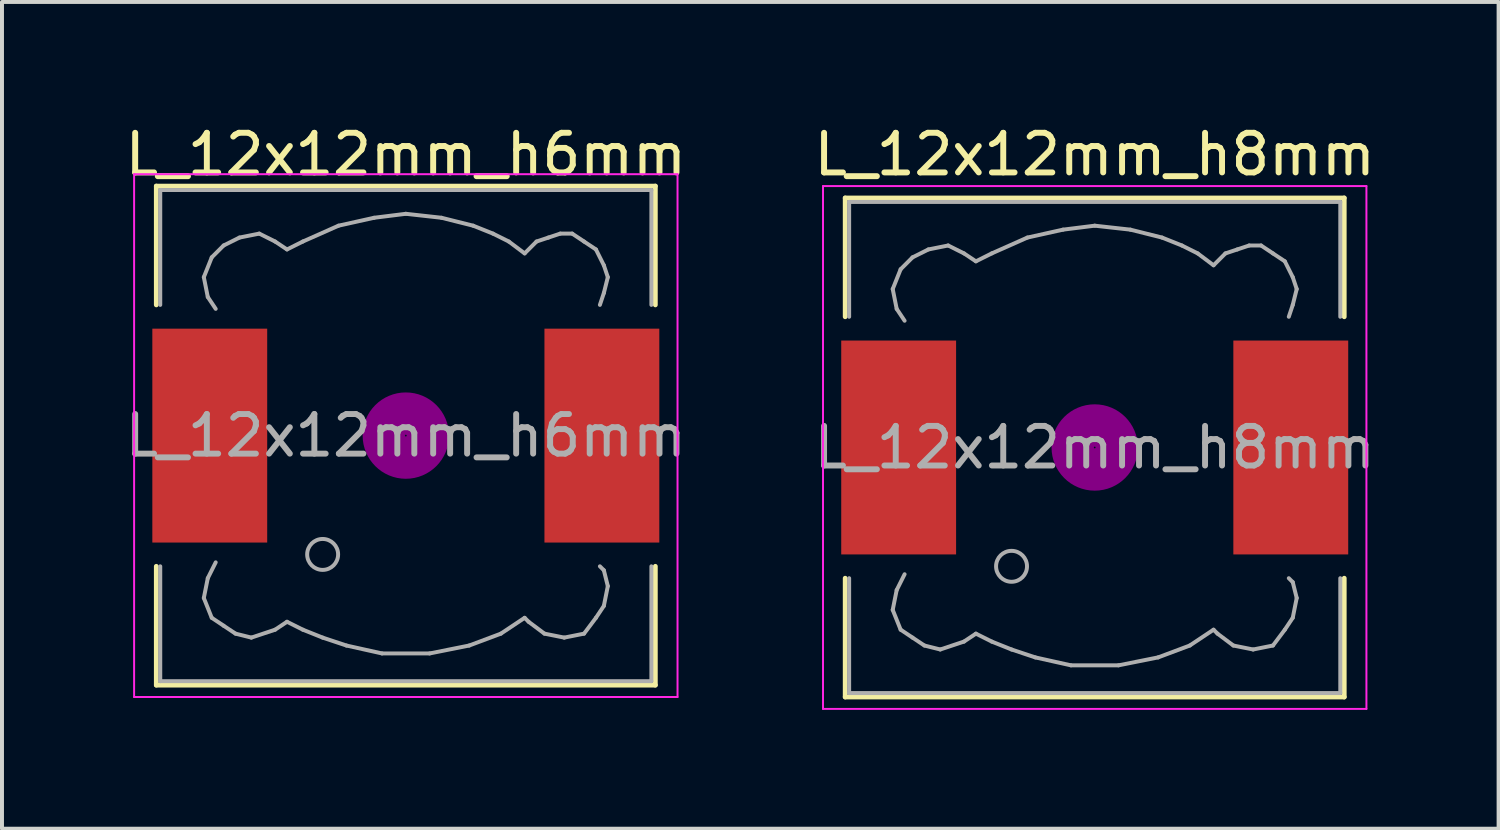
<source format=kicad_pcb>
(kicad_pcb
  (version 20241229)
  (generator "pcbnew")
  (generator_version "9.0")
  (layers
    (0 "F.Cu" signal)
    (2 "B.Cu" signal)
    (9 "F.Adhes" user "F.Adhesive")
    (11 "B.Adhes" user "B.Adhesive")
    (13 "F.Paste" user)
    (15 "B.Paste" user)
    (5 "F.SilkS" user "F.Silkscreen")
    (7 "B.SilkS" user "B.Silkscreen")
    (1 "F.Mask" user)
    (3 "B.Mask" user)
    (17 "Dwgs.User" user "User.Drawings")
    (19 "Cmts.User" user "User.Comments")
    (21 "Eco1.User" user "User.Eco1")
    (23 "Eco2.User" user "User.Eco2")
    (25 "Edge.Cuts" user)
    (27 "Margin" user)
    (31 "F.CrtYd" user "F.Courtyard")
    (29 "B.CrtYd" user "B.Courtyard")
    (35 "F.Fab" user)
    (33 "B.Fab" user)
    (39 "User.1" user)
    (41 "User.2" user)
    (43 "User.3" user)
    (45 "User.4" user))
  (footprint "L_12x12mm_h8mm"
    (layer "F.Cu")
    (at 24.589 8.248)
    (property "Reference" "L_12x12mm_h8mm" (at 0 -7.4 0) (layer "F.SilkS") (effects (font (size 1 1) (thickness 0.15))))
    (attr smd)
    (fp_line (start -6.3 -6.3) (end 6.3 -6.3) (stroke (width 0.12) (type solid)) (layer "F.SilkS"))
    (fp_line (start -6.3 -3.3) (end -6.3 -6.3) (stroke (width 0.12) (type solid)) (layer "F.SilkS"))
    (fp_line (start -6.3 6.3) (end -6.3 3.3) (stroke (width 0.12) (type solid)) (layer "F.SilkS"))
    (fp_line (start 6.3 -6.3) (end 6.3 -3.3) (stroke (width 0.12) (type solid)) (layer "F.SilkS"))
    (fp_line (start 6.3 3.3) (end 6.3 6.3) (stroke (width 0.12) (type solid)) (layer "F.SilkS"))
    (fp_line (start 6.3 6.3) (end -6.3 6.3) (stroke (width 0.12) (type solid)) (layer "F.SilkS"))
    (fp_circle (center 0 0) (end 0.15 0.15) (stroke (width 0.38) (type solid)) (fill no) (layer "F.Adhes"))
    (fp_circle (center 0 0) (end 0.55 0) (stroke (width 0.38) (type solid)) (fill no) (layer "F.Adhes"))
    (fp_circle (center 0 0) (end 0.9 0) (stroke (width 0.38) (type solid)) (fill no) (layer "F.Adhes"))
    (fp_line (start -6.86 -6.6) (end 6.86 -6.6) (stroke (width 0.05) (type solid)) (layer "F.CrtYd"))
    (fp_line (start -6.86 6.6) (end -6.86 -6.6) (stroke (width 0.05) (type solid)) (layer "F.CrtYd"))
    (fp_line (start 6.86 -6.6) (end 6.86 6.6) (stroke (width 0.05) (type solid)) (layer "F.CrtYd"))
    (fp_line (start 6.86 6.6) (end -6.86 6.6) (stroke (width 0.05) (type solid)) (layer "F.CrtYd"))
    (fp_line (start -6.2 -6.2) (end -6.2 -3.3) (stroke (width 0.1) (type solid)) (layer "F.Fab"))
    (fp_line (start -6.2 3.3) (end -6.2 6.2) (stroke (width 0.1) (type solid)) (layer "F.Fab"))
    (fp_line (start -6.2 6.2) (end 6.2 6.2) (stroke (width 0.1) (type solid)) (layer "F.Fab"))
    (fp_line (start -5.1 -4) (end -5 -3.5) (stroke (width 0.1) (type solid)) (layer "F.Fab"))
    (fp_line (start -5.1 4.1) (end -5 3.6) (stroke (width 0.1) (type solid)) (layer "F.Fab"))
    (fp_line (start -5 -3.5) (end -4.8 -3.2) (stroke (width 0.1) (type solid)) (layer "F.Fab"))
    (fp_line (start -5 3.6) (end -4.8 3.2) (stroke (width 0.1) (type solid)) (layer "F.Fab"))
    (fp_line (start -4.9 -4.5) (end -5.1 -4) (stroke (width 0.1) (type solid)) (layer "F.Fab"))
    (fp_line (start -4.9 4.6) (end -5.1 4.1) (stroke (width 0.1) (type solid)) (layer "F.Fab"))
    (fp_line (start -4.6 -4.8) (end -4.9 -4.5) (stroke (width 0.1) (type solid)) (layer "F.Fab"))
    (fp_line (start -4.6 4.8) (end -4.9 4.6) (stroke (width 0.1) (type solid)) (layer "F.Fab"))
    (fp_line (start -4.3 5) (end -4.6 4.8) (stroke (width 0.1) (type solid)) (layer "F.Fab"))
    (fp_line (start -4.2 -5) (end -4.6 -4.8) (stroke (width 0.1) (type solid)) (layer "F.Fab"))
    (fp_line (start -3.9 5.1) (end -4.3 5) (stroke (width 0.1) (type solid)) (layer "F.Fab"))
    (fp_line (start -3.7 -5.1) (end -4.2 -5) (stroke (width 0.1) (type solid)) (layer "F.Fab"))
    (fp_line (start -3.3 -4.9) (end -3.7 -5.1) (stroke (width 0.1) (type solid)) (layer "F.Fab"))
    (fp_line (start -3.3 4.9) (end -3.9 5.1) (stroke (width 0.1) (type solid)) (layer "F.Fab"))
    (fp_line (start -3 -4.7) (end -3.3 -4.9) (stroke (width 0.1) (type solid)) (layer "F.Fab"))
    (fp_line (start -3 4.7) (end -3.3 4.9) (stroke (width 0.1) (type solid)) (layer "F.Fab"))
    (fp_line (start -2.6 -4.9) (end -3 -4.7) (stroke (width 0.1) (type solid)) (layer "F.Fab"))
    (fp_line (start -2.6 4.9) (end -3 4.7) (stroke (width 0.1) (type solid)) (layer "F.Fab"))
    (fp_line (start -2.1 5.1) (end -2.6 4.9) (stroke (width 0.1) (type solid)) (layer "F.Fab"))
    (fp_line (start -1.7 -5.3) (end -2.6 -4.9) (stroke (width 0.1) (type solid)) (layer "F.Fab"))
    (fp_line (start -1.5 5.3) (end -2.1 5.1) (stroke (width 0.1) (type solid)) (layer "F.Fab"))
    (fp_line (start -0.8 -5.5) (end -1.7 -5.3) (stroke (width 0.1) (type solid)) (layer "F.Fab"))
    (fp_line (start -0.6 5.5) (end -1.5 5.3) (stroke (width 0.1) (type solid)) (layer "F.Fab"))
    (fp_line (start 0 -5.6) (end -0.8 -5.5) (stroke (width 0.1) (type solid)) (layer "F.Fab"))
    (fp_line (start 0.6 5.5) (end -0.6 5.5) (stroke (width 0.1) (type solid)) (layer "F.Fab"))
    (fp_line (start 0.9 -5.5) (end 0 -5.6) (stroke (width 0.1) (type solid)) (layer "F.Fab"))
    (fp_line (start 1.6 5.3) (end 0.6 5.5) (stroke (width 0.1) (type solid)) (layer "F.Fab"))
    (fp_line (start 1.7 -5.3) (end 0.9 -5.5) (stroke (width 0.1) (type solid)) (layer "F.Fab"))
    (fp_line (start 2.2 -5.1) (end 1.7 -5.3) (stroke (width 0.1) (type solid)) (layer "F.Fab"))
    (fp_line (start 2.4 5) (end 1.6 5.3) (stroke (width 0.1) (type solid)) (layer "F.Fab"))
    (fp_line (start 2.6 -4.9) (end 2.2 -5.1) (stroke (width 0.1) (type solid)) (layer "F.Fab"))
    (fp_line (start 3 -4.6) (end 2.6 -4.9) (stroke (width 0.1) (type solid)) (layer "F.Fab"))
    (fp_line (start 3 4.6) (end 2.4 5) (stroke (width 0.1) (type solid)) (layer "F.Fab"))
    (fp_line (start 3.1 4.7) (end 3 4.6) (stroke (width 0.1) (type solid)) (layer "F.Fab"))
    (fp_line (start 3.3 -4.9) (end 3 -4.6) (stroke (width 0.1) (type solid)) (layer "F.Fab"))
    (fp_line (start 3.5 5) (end 3.1 4.7) (stroke (width 0.1) (type solid)) (layer "F.Fab"))
    (fp_line (start 3.6 -5) (end 3.3 -4.9) (stroke (width 0.1) (type solid)) (layer "F.Fab"))
    (fp_line (start 3.9 -5.1) (end 3.6 -5) (stroke (width 0.1) (type solid)) (layer "F.Fab"))
    (fp_line (start 4 5.1) (end 3.5 5) (stroke (width 0.1) (type solid)) (layer "F.Fab"))
    (fp_line (start 4.2 -5.1) (end 3.9 -5.1) (stroke (width 0.1) (type solid)) (layer "F.Fab"))
    (fp_line (start 4.5 -4.9) (end 4.2 -5.1) (stroke (width 0.1) (type solid)) (layer "F.Fab"))
    (fp_line (start 4.5 5) (end 4 5.1) (stroke (width 0.1) (type solid)) (layer "F.Fab"))
    (fp_line (start 4.8 -4.7) (end 4.5 -4.9) (stroke (width 0.1) (type solid)) (layer "F.Fab"))
    (fp_line (start 4.8 4.6) (end 4.5 5) (stroke (width 0.1) (type solid)) (layer "F.Fab"))
    (fp_line (start 4.9 -3.3) (end 5 -3.6) (stroke (width 0.1) (type solid)) (layer "F.Fab"))
    (fp_line (start 4.9 3.3) (end 5 3.4) (stroke (width 0.1) (type solid)) (layer "F.Fab"))
    (fp_line (start 5 -4.3) (end 4.8 -4.7) (stroke (width 0.1) (type solid)) (layer "F.Fab"))
    (fp_line (start 5 -3.6) (end 5.1 -4) (stroke (width 0.1) (type solid)) (layer "F.Fab"))
    (fp_line (start 5 3.4) (end 5.1 3.8) (stroke (width 0.1) (type solid)) (layer "F.Fab"))
    (fp_line (start 5 4.3) (end 4.8 4.6) (stroke (width 0.1) (type solid)) (layer "F.Fab"))
    (fp_line (start 5.1 -4) (end 5 -4.3) (stroke (width 0.1) (type solid)) (layer "F.Fab"))
    (fp_line (start 5.1 3.8) (end 5 4.3) (stroke (width 0.1) (type solid)) (layer "F.Fab"))
    (fp_line (start 6.2 -6.2) (end -6.2 -6.2) (stroke (width 0.1) (type solid)) (layer "F.Fab"))
    (fp_line (start 6.2 -6.2) (end 6.2 -3.3) (stroke (width 0.1) (type solid)) (layer "F.Fab"))
    (fp_line (start 6.2 6.2) (end 6.2 3.3) (stroke (width 0.1) (type solid)) (layer "F.Fab"))
    (fp_circle (center -2.1 3) (end -1.8 3.25) (stroke (width 0.1) (type solid)) (fill no) (layer "F.Fab"))
    (fp_text user "${REFERENCE}" (at 0 0 0) (layer "F.Fab") (effects (font (size 1 1) (thickness 0.15))))
    (pad "1" smd rect (at -4.95 0) (size 2.9 5.4) (layers "F.Cu" "F.Mask" "F.Paste"))
    (pad "2" smd rect (at 4.95 0) (size 2.9 5.4) (layers "F.Cu" "F.Mask" "F.Paste")))
  (footprint "L_12x12mm_h6mm"
    (layer "F.Cu")
    (at 7.196 7.948)
    (property "Reference" "L_12x12mm_h6mm" (at 0 -7.1 0) (layer "F.SilkS") (effects (font (size 1 1) (thickness 0.15))))
    (attr smd)
    (fp_line (start -6.3 -6.3) (end 6.3 -6.3) (stroke (width 0.12) (type solid)) (layer "F.SilkS"))
    (fp_line (start -6.3 -3.3) (end -6.3 -6.3) (stroke (width 0.12) (type solid)) (layer "F.SilkS"))
    (fp_line (start -6.3 6.3) (end -6.3 3.3) (stroke (width 0.12) (type solid)) (layer "F.SilkS"))
    (fp_line (start 6.3 -6.3) (end 6.3 -3.3) (stroke (width 0.12) (type solid)) (layer "F.SilkS"))
    (fp_line (start 6.3 3.3) (end 6.3 6.3) (stroke (width 0.12) (type solid)) (layer "F.SilkS"))
    (fp_line (start 6.3 6.3) (end -6.3 6.3) (stroke (width 0.12) (type solid)) (layer "F.SilkS"))
    (fp_circle (center 0 0) (end 0.15 0.15) (stroke (width 0.38) (type solid)) (fill no) (layer "F.Adhes"))
    (fp_circle (center 0 0) (end 0.55 0) (stroke (width 0.38) (type solid)) (fill no) (layer "F.Adhes"))
    (fp_circle (center 0 0) (end 0.9 0) (stroke (width 0.38) (type solid)) (fill no) (layer "F.Adhes"))
    (fp_line (start -6.86 -6.6) (end 6.86 -6.6) (stroke (width 0.05) (type solid)) (layer "F.CrtYd"))
    (fp_line (start -6.86 6.6) (end -6.86 -6.6) (stroke (width 0.05) (type solid)) (layer "F.CrtYd"))
    (fp_line (start 6.86 -6.6) (end 6.86 6.6) (stroke (width 0.05) (type solid)) (layer "F.CrtYd"))
    (fp_line (start 6.86 6.6) (end -6.86 6.6) (stroke (width 0.05) (type solid)) (layer "F.CrtYd"))
    (fp_line (start -6.2 -6.2) (end -6.2 -3.3) (stroke (width 0.1) (type solid)) (layer "F.Fab"))
    (fp_line (start -6.2 3.3) (end -6.2 6.2) (stroke (width 0.1) (type solid)) (layer "F.Fab"))
    (fp_line (start -6.2 6.2) (end 6.2 6.2) (stroke (width 0.1) (type solid)) (layer "F.Fab"))
    (fp_line (start -5.1 -4) (end -5 -3.5) (stroke (width 0.1) (type solid)) (layer "F.Fab"))
    (fp_line (start -5.1 4.1) (end -5 3.6) (stroke (width 0.1) (type solid)) (layer "F.Fab"))
    (fp_line (start -5 -3.5) (end -4.8 -3.2) (stroke (width 0.1) (type solid)) (layer "F.Fab"))
    (fp_line (start -5 3.6) (end -4.8 3.2) (stroke (width 0.1) (type solid)) (layer "F.Fab"))
    (fp_line (start -4.9 -4.5) (end -5.1 -4) (stroke (width 0.1) (type solid)) (layer "F.Fab"))
    (fp_line (start -4.9 4.6) (end -5.1 4.1) (stroke (width 0.1) (type solid)) (layer "F.Fab"))
    (fp_line (start -4.6 -4.8) (end -4.9 -4.5) (stroke (width 0.1) (type solid)) (layer "F.Fab"))
    (fp_line (start -4.6 4.8) (end -4.9 4.6) (stroke (width 0.1) (type solid)) (layer "F.Fab"))
    (fp_line (start -4.3 5) (end -4.6 4.8) (stroke (width 0.1) (type solid)) (layer "F.Fab"))
    (fp_line (start -4.2 -5) (end -4.6 -4.8) (stroke (width 0.1) (type solid)) (layer "F.Fab"))
    (fp_line (start -3.9 5.1) (end -4.3 5) (stroke (width 0.1) (type solid)) (layer "F.Fab"))
    (fp_line (start -3.7 -5.1) (end -4.2 -5) (stroke (width 0.1) (type solid)) (layer "F.Fab"))
    (fp_line (start -3.3 -4.9) (end -3.7 -5.1) (stroke (width 0.1) (type solid)) (layer "F.Fab"))
    (fp_line (start -3.3 4.9) (end -3.9 5.1) (stroke (width 0.1) (type solid)) (layer "F.Fab"))
    (fp_line (start -3 -4.7) (end -3.3 -4.9) (stroke (width 0.1) (type solid)) (layer "F.Fab"))
    (fp_line (start -3 4.7) (end -3.3 4.9) (stroke (width 0.1) (type solid)) (layer "F.Fab"))
    (fp_line (start -2.6 -4.9) (end -3 -4.7) (stroke (width 0.1) (type solid)) (layer "F.Fab"))
    (fp_line (start -2.6 4.9) (end -3 4.7) (stroke (width 0.1) (type solid)) (layer "F.Fab"))
    (fp_line (start -2.1 5.1) (end -2.6 4.9) (stroke (width 0.1) (type solid)) (layer "F.Fab"))
    (fp_line (start -1.7 -5.3) (end -2.6 -4.9) (stroke (width 0.1) (type solid)) (layer "F.Fab"))
    (fp_line (start -1.5 5.3) (end -2.1 5.1) (stroke (width 0.1) (type solid)) (layer "F.Fab"))
    (fp_line (start -0.8 -5.5) (end -1.7 -5.3) (stroke (width 0.1) (type solid)) (layer "F.Fab"))
    (fp_line (start -0.6 5.5) (end -1.5 5.3) (stroke (width 0.1) (type solid)) (layer "F.Fab"))
    (fp_line (start 0 -5.6) (end -0.8 -5.5) (stroke (width 0.1) (type solid)) (layer "F.Fab"))
    (fp_line (start 0.6 5.5) (end -0.6 5.5) (stroke (width 0.1) (type solid)) (layer "F.Fab"))
    (fp_line (start 0.9 -5.5) (end 0 -5.6) (stroke (width 0.1) (type solid)) (layer "F.Fab"))
    (fp_line (start 1.6 5.3) (end 0.6 5.5) (stroke (width 0.1) (type solid)) (layer "F.Fab"))
    (fp_line (start 1.7 -5.3) (end 0.9 -5.5) (stroke (width 0.1) (type solid)) (layer "F.Fab"))
    (fp_line (start 2.2 -5.1) (end 1.7 -5.3) (stroke (width 0.1) (type solid)) (layer "F.Fab"))
    (fp_line (start 2.4 5) (end 1.6 5.3) (stroke (width 0.1) (type solid)) (layer "F.Fab"))
    (fp_line (start 2.6 -4.9) (end 2.2 -5.1) (stroke (width 0.1) (type solid)) (layer "F.Fab"))
    (fp_line (start 3 -4.6) (end 2.6 -4.9) (stroke (width 0.1) (type solid)) (layer "F.Fab"))
    (fp_line (start 3 4.6) (end 2.4 5) (stroke (width 0.1) (type solid)) (layer "F.Fab"))
    (fp_line (start 3.1 4.7) (end 3 4.6) (stroke (width 0.1) (type solid)) (layer "F.Fab"))
    (fp_line (start 3.3 -4.9) (end 3 -4.6) (stroke (width 0.1) (type solid)) (layer "F.Fab"))
    (fp_line (start 3.5 5) (end 3.1 4.7) (stroke (width 0.1) (type solid)) (layer "F.Fab"))
    (fp_line (start 3.6 -5) (end 3.3 -4.9) (stroke (width 0.1) (type solid)) (layer "F.Fab"))
    (fp_line (start 3.9 -5.1) (end 3.6 -5) (stroke (width 0.1) (type solid)) (layer "F.Fab"))
    (fp_line (start 4 5.1) (end 3.5 5) (stroke (width 0.1) (type solid)) (layer "F.Fab"))
    (fp_line (start 4.2 -5.1) (end 3.9 -5.1) (stroke (width 0.1) (type solid)) (layer "F.Fab"))
    (fp_line (start 4.5 -4.9) (end 4.2 -5.1) (stroke (width 0.1) (type solid)) (layer "F.Fab"))
    (fp_line (start 4.5 5) (end 4 5.1) (stroke (width 0.1) (type solid)) (layer "F.Fab"))
    (fp_line (start 4.8 -4.7) (end 4.5 -4.9) (stroke (width 0.1) (type solid)) (layer "F.Fab"))
    (fp_line (start 4.8 4.6) (end 4.5 5) (stroke (width 0.1) (type solid)) (layer "F.Fab"))
    (fp_line (start 4.9 -3.3) (end 5 -3.6) (stroke (width 0.1) (type solid)) (layer "F.Fab"))
    (fp_line (start 4.9 3.3) (end 5 3.4) (stroke (width 0.1) (type solid)) (layer "F.Fab"))
    (fp_line (start 5 -4.3) (end 4.8 -4.7) (stroke (width 0.1) (type solid)) (layer "F.Fab"))
    (fp_line (start 5 -3.6) (end 5.1 -4) (stroke (width 0.1) (type solid)) (layer "F.Fab"))
    (fp_line (start 5 3.4) (end 5.1 3.8) (stroke (width 0.1) (type solid)) (layer "F.Fab"))
    (fp_line (start 5 4.3) (end 4.8 4.6) (stroke (width 0.1) (type solid)) (layer "F.Fab"))
    (fp_line (start 5.1 -4) (end 5 -4.3) (stroke (width 0.1) (type solid)) (layer "F.Fab"))
    (fp_line (start 5.1 3.8) (end 5 4.3) (stroke (width 0.1) (type solid)) (layer "F.Fab"))
    (fp_line (start 6.2 -6.2) (end -6.2 -6.2) (stroke (width 0.1) (type solid)) (layer "F.Fab"))
    (fp_line (start 6.2 -6.2) (end 6.2 -3.3) (stroke (width 0.1) (type solid)) (layer "F.Fab"))
    (fp_line (start 6.2 6.2) (end 6.2 3.3) (stroke (width 0.1) (type solid)) (layer "F.Fab"))
    (fp_circle (center -2.1 3) (end -1.8 3.25) (stroke (width 0.1) (type solid)) (fill no) (layer "F.Fab"))
    (fp_text user "${REFERENCE}" (at 0 0 0) (layer "F.Fab") (effects (font (size 1 1) (thickness 0.15))))
    (pad "1" smd rect (at -4.95 0) (size 2.9 5.4) (layers "F.Cu" "F.Mask" "F.Paste"))
    (pad "2" smd rect (at 4.95 0) (size 2.9 5.4) (layers "F.Cu" "F.Mask" "F.Paste")))
  (gr_rect
    (start -3 -3)
    (end 34.786 17.873)
    (stroke (width 0.1) (type default))
    (fill no)
    (layer "Edge.Cuts")))
</source>
